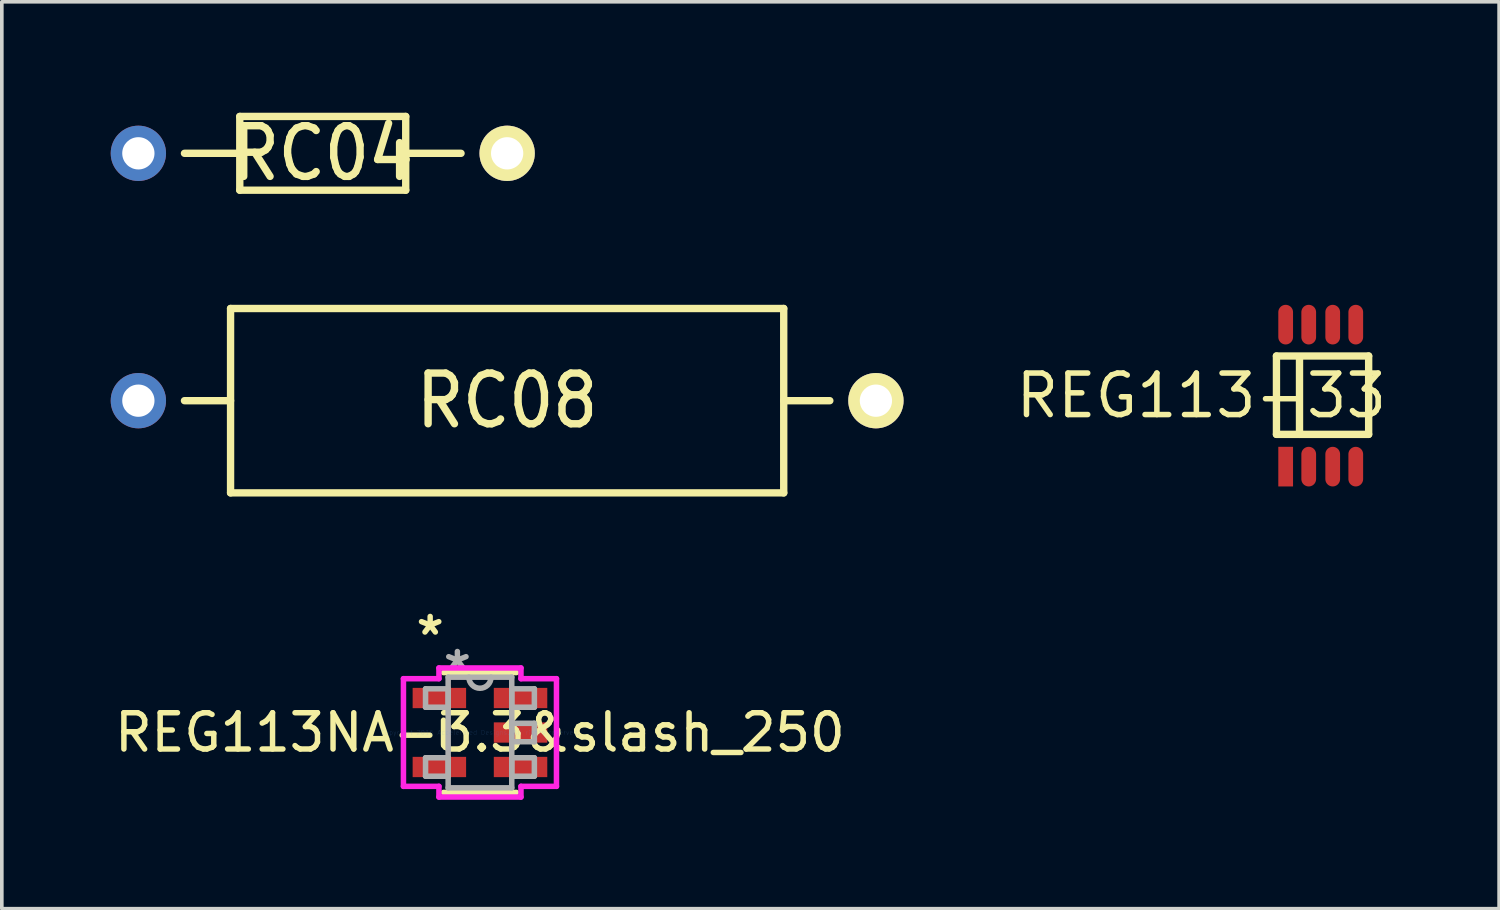
<source format=kicad_pcb>
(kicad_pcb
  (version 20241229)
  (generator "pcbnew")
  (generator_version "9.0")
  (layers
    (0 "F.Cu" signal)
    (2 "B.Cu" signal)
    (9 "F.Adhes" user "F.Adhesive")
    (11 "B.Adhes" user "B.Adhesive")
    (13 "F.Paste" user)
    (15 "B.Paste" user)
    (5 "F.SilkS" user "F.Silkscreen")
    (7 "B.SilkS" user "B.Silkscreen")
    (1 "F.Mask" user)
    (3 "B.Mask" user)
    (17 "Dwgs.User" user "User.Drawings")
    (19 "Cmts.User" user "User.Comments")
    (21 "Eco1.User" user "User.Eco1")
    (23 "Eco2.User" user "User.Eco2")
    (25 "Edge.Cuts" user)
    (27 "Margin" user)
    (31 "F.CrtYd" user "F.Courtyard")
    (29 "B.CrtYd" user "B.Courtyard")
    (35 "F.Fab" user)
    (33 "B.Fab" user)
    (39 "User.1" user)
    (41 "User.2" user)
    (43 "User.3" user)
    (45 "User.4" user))
  (footprint "RC04"
    (layer "F.Cu")
    (at 5.842 1.174)
    (property "Reference" "RC04" (at 0 0 0) (layer "F.SilkS") (effects (font (size 1.397 1.27) (thickness 0.203))))
    (attr smd)
    (fp_line (start -2.286 -1.016) (end 2.286 -1.016) (stroke (width 0.203) (type solid)) (layer "F.SilkS"))
    (fp_line (start -2.286 0) (end -3.81 0) (stroke (width 0.203) (type solid)) (layer "F.SilkS"))
    (fp_line (start -2.286 1.016) (end -2.286 -1.016) (stroke (width 0.203) (type solid)) (layer "F.SilkS"))
    (fp_line (start 2.286 -1.016) (end 2.286 1.016) (stroke (width 0.203) (type solid)) (layer "F.SilkS"))
    (fp_line (start 2.286 0) (end 3.81 0) (stroke (width 0.203) (type solid)) (layer "F.SilkS"))
    (fp_line (start 2.286 1.016) (end -2.286 1.016) (stroke (width 0.203) (type solid)) (layer "F.SilkS"))
    (pad "1" thru_hole circle (at -5.08 0) (size 1.524 1.524) (drill 0.889) (layers "*.Cu" "*.Mask"))
    (pad "2" thru_hole circle (at 5.08 0) (size 1.524 1.524) (drill 0.889) (layers "*.Cu" "*.Mask" "F.SilkS")))
  (footprint "REG113-33"
    (layer "F.Cu")
    (at 33.349 7.85)
    (property "Reference" "REG113-33" (at -3.302 0 0) (layer "F.SilkS") (effects (font (size 1.143 1.143) (thickness 0.152))))
    (attr smd)
    (fp_line (start -1.232 -1.092) (end 1.308 -1.092) (stroke (width 0.203) (type solid)) (layer "F.SilkS"))
    (fp_line (start -1.232 1.067) (end -1.232 -1.092) (stroke (width 0.203) (type solid)) (layer "F.SilkS"))
    (fp_line (start -0.597 -1.067) (end -0.597 1.067) (stroke (width 0.203) (type solid)) (layer "F.SilkS"))
    (fp_line (start 1.308 -1.092) (end 1.308 1.067) (stroke (width 0.203) (type solid)) (layer "F.SilkS"))
    (fp_line (start 1.308 1.067) (end -1.232 1.067) (stroke (width 0.203) (type solid)) (layer "F.SilkS"))
    (fp_line (start -1.232 -1.092) (end 1.308 -1.092) (stroke (width 0.203) (type solid)) (layer "Eco1.User"))
    (fp_line (start -1.232 1.067) (end -1.232 -1.092) (stroke (width 0.203) (type solid)) (layer "Eco1.User"))
    (fp_line (start -0.597 -1.092) (end -0.597 1.067) (stroke (width 0.203) (type solid)) (layer "Eco1.User"))
    (fp_line (start 1.308 -1.092) (end 1.308 1.067) (stroke (width 0.203) (type solid)) (layer "Eco1.User"))
    (fp_line (start 1.308 1.067) (end -1.232 1.067) (stroke (width 0.203) (type solid)) (layer "Eco1.User"))
    (pad "1" smd rect (at -0.978 1.956 90) (size 1.092 0.406) (layers "F.Cu" "F.Mask" "F.Paste" "Eco1.User"))
    (pad "2" smd oval (at -0.343 1.956 90) (size 1.092 0.406) (layers "F.Cu" "F.Mask" "F.Paste" "Eco1.User"))
    (pad "3" smd oval (at 0.318 1.956 90) (size 1.092 0.406) (layers "F.Cu" "F.Mask" "F.Paste" "Eco1.User"))
    (pad "4" smd oval (at 0.953 1.956 90) (size 1.092 0.406) (layers "F.Cu" "F.Mask" "F.Paste" "Eco1.User"))
    (pad "5" smd oval (at 0.953 -1.956 90) (size 1.092 0.406) (layers "F.Cu" "F.Mask" "F.Paste" "Eco1.User"))
    (pad "6" smd oval (at 0.318 -1.956 90) (size 1.092 0.406) (layers "F.Cu" "F.Mask" "F.Paste" "Eco1.User"))
    (pad "7" smd oval (at -0.343 -1.956 90) (size 1.092 0.406) (layers "F.Cu" "F.Mask" "F.Paste" "Eco1.User"))
    (pad "8" smd oval (at -0.978 -1.956 90) (size 1.092 0.406) (layers "F.Cu" "F.Mask" "F.Paste" "Eco1.User")))
  (footprint "REG113NA-3.3&slash_250"
    (layer "F.Cu")
    (at 10.173 17.131)
    (property "Reference" "REG113NA-3.3&slash_250" (at 0 0 0) (layer "F.SilkS") (effects (font (size 1 1) (thickness 0.15))))
    (attr through_hole)
    (fp_line (start -1.003 -0.338) (end -1.003 0.338) (stroke (width 0.152) (type solid)) (layer "F.SilkS"))
    (fp_line (start -1.003 1.651) (end 1.003 1.651) (stroke (width 0.152) (type solid)) (layer "F.SilkS"))
    (fp_line (start 1.003 -1.651) (end -1.003 -1.651) (stroke (width 0.152) (type solid)) (layer "F.SilkS"))
    (fp_line (start -2.108 -1.483) (end -1.13 -1.483) (stroke (width 0.152) (type solid)) (layer "F.CrtYd"))
    (fp_line (start -2.108 1.483) (end -2.108 -1.483) (stroke (width 0.152) (type solid)) (layer "F.CrtYd"))
    (fp_line (start -1.13 -1.778) (end 1.13 -1.778) (stroke (width 0.152) (type solid)) (layer "F.CrtYd"))
    (fp_line (start -1.13 -1.483) (end -1.13 -1.778) (stroke (width 0.152) (type solid)) (layer "F.CrtYd"))
    (fp_line (start -1.13 1.483) (end -2.108 1.483) (stroke (width 0.152) (type solid)) (layer "F.CrtYd"))
    (fp_line (start -1.13 1.778) (end -1.13 1.483) (stroke (width 0.152) (type solid)) (layer "F.CrtYd"))
    (fp_line (start 1.13 -1.778) (end 1.13 -1.483) (stroke (width 0.152) (type solid)) (layer "F.CrtYd"))
    (fp_line (start 1.13 -1.483) (end 2.108 -1.483) (stroke (width 0.152) (type solid)) (layer "F.CrtYd"))
    (fp_line (start 1.13 1.483) (end 1.13 1.778) (stroke (width 0.152) (type solid)) (layer "F.CrtYd"))
    (fp_line (start 1.13 1.778) (end -1.13 1.778) (stroke (width 0.152) (type solid)) (layer "F.CrtYd"))
    (fp_line (start 2.108 -1.483) (end 2.108 1.483) (stroke (width 0.152) (type solid)) (layer "F.CrtYd"))
    (fp_line (start 2.108 1.483) (end 1.13 1.483) (stroke (width 0.152) (type solid)) (layer "F.CrtYd"))
    (fp_line (start -1.499 -1.204) (end -1.499 -0.696) (stroke (width 0.152) (type solid)) (layer "F.Fab"))
    (fp_line (start -1.499 -0.696) (end -0.876 -0.696) (stroke (width 0.152) (type solid)) (layer "F.Fab"))
    (fp_line (start -1.499 0.696) (end -1.499 1.204) (stroke (width 0.152) (type solid)) (layer "F.Fab"))
    (fp_line (start -1.499 1.204) (end -0.876 1.204) (stroke (width 0.152) (type solid)) (layer "F.Fab"))
    (fp_line (start -0.876 -1.524) (end -0.876 1.524) (stroke (width 0.152) (type solid)) (layer "F.Fab"))
    (fp_line (start -0.876 -1.204) (end -1.499 -1.204) (stroke (width 0.152) (type solid)) (layer "F.Fab"))
    (fp_line (start -0.876 -0.696) (end -0.876 -1.204) (stroke (width 0.152) (type solid)) (layer "F.Fab"))
    (fp_line (start -0.876 0.696) (end -1.499 0.696) (stroke (width 0.152) (type solid)) (layer "F.Fab"))
    (fp_line (start -0.876 1.204) (end -0.876 0.696) (stroke (width 0.152) (type solid)) (layer "F.Fab"))
    (fp_line (start -0.876 1.524) (end 0.876 1.524) (stroke (width 0.152) (type solid)) (layer "F.Fab"))
    (fp_line (start 0.876 -1.524) (end -0.876 -1.524) (stroke (width 0.152) (type solid)) (layer "F.Fab"))
    (fp_line (start 0.876 -1.204) (end 0.876 -0.696) (stroke (width 0.152) (type solid)) (layer "F.Fab"))
    (fp_line (start 0.876 -0.696) (end 1.499 -0.696) (stroke (width 0.152) (type solid)) (layer "F.Fab"))
    (fp_line (start 0.876 -0.254) (end 0.876 0.254) (stroke (width 0.152) (type solid)) (layer "F.Fab"))
    (fp_line (start 0.876 0.254) (end 1.499 0.254) (stroke (width 0.152) (type solid)) (layer "F.Fab"))
    (fp_line (start 0.876 0.696) (end 0.876 1.204) (stroke (width 0.152) (type solid)) (layer "F.Fab"))
    (fp_line (start 0.876 1.204) (end 1.499 1.204) (stroke (width 0.152) (type solid)) (layer "F.Fab"))
    (fp_line (start 0.876 1.524) (end 0.876 -1.524) (stroke (width 0.152) (type solid)) (layer "F.Fab"))
    (fp_line (start 1.499 -1.204) (end 0.876 -1.204) (stroke (width 0.152) (type solid)) (layer "F.Fab"))
    (fp_line (start 1.499 -0.696) (end 1.499 -1.204) (stroke (width 0.152) (type solid)) (layer "F.Fab"))
    (fp_line (start 1.499 -0.254) (end 0.876 -0.254) (stroke (width 0.152) (type solid)) (layer "F.Fab"))
    (fp_line (start 1.499 0.254) (end 1.499 -0.254) (stroke (width 0.152) (type solid)) (layer "F.Fab"))
    (fp_line (start 1.499 0.696) (end 0.876 0.696) (stroke (width 0.152) (type solid)) (layer "F.Fab"))
    (fp_line (start 1.499 1.204) (end 1.499 0.696) (stroke (width 0.152) (type solid)) (layer "F.Fab"))
    (fp_arc (start 0.3048 -1.524) (mid 0 -1.2192) (end -0.3048 -1.524) (stroke (width 0.1524) (type solid)) (layer "F.Fab"))
    (fp_text user "*" (at -1.372 -2.652 0) (layer "F.SilkS") (effects (font (size 1 1) (thickness 0.15))))
    (fp_text user "Copyright 2016 Accelerated Designs. All rights reserved." (at 0 0 0) (layer "Cmts.User") (effects (font (size 0.127 0.127) (thickness 0.002))))
    (fp_text user "*" (at -0.622 -1.687 0) (layer "F.Fab") (effects (font (size 1 1) (thickness 0.15))))
    (pad "1" smd rect (at -1.118 -0.95) (size 1.473 0.559) (layers "F.Cu" "F.Mask" "F.Paste"))
    (pad "2" smd rect (at -1.118 0.95) (size 1.473 0.559) (layers "F.Cu" "F.Mask" "F.Paste"))
    (pad "3" smd rect (at 1.118 0.95) (size 1.473 0.559) (layers "F.Cu" "F.Mask" "F.Paste"))
    (pad "4" smd rect (at 1.118 0) (size 1.473 0.559) (layers "F.Cu" "F.Mask" "F.Paste"))
    (pad "5" smd rect (at 1.118 -0.95) (size 1.473 0.559) (layers "F.Cu" "F.Mask" "F.Paste")))
  (footprint "RC08"
    (layer "F.Cu")
    (at 10.922 7.989)
    (property "Reference" "RC08" (at 0 0 0) (layer "F.SilkS") (effects (font (size 1.397 1.27) (thickness 0.203))))
    (attr smd)
    (fp_line (start -7.62 -2.54) (end 7.62 -2.54) (stroke (width 0.203) (type solid)) (layer "F.SilkS"))
    (fp_line (start -7.62 0) (end -8.89 0) (stroke (width 0.203) (type solid)) (layer "F.SilkS"))
    (fp_line (start -7.62 2.54) (end -7.62 -2.54) (stroke (width 0.203) (type solid)) (layer "F.SilkS"))
    (fp_line (start 7.62 -2.54) (end 7.62 2.54) (stroke (width 0.203) (type solid)) (layer "F.SilkS"))
    (fp_line (start 7.62 0) (end 8.89 0) (stroke (width 0.203) (type solid)) (layer "F.SilkS"))
    (fp_line (start 7.62 2.54) (end -7.62 2.54) (stroke (width 0.203) (type solid)) (layer "F.SilkS"))
    (pad "1" thru_hole circle (at -10.16 0) (size 1.524 1.524) (drill 0.889) (layers "*.Cu" "*.Mask"))
    (pad "2" thru_hole circle (at 10.16 0) (size 1.524 1.524) (drill 0.889) (layers "*.Cu" "*.Mask" "F.SilkS")))
  (gr_rect
    (start -3 -3)
    (end 38.251 21.985)
    (stroke (width 0.1) (type default))
    (fill no)
    (layer "Edge.Cuts")))
</source>
